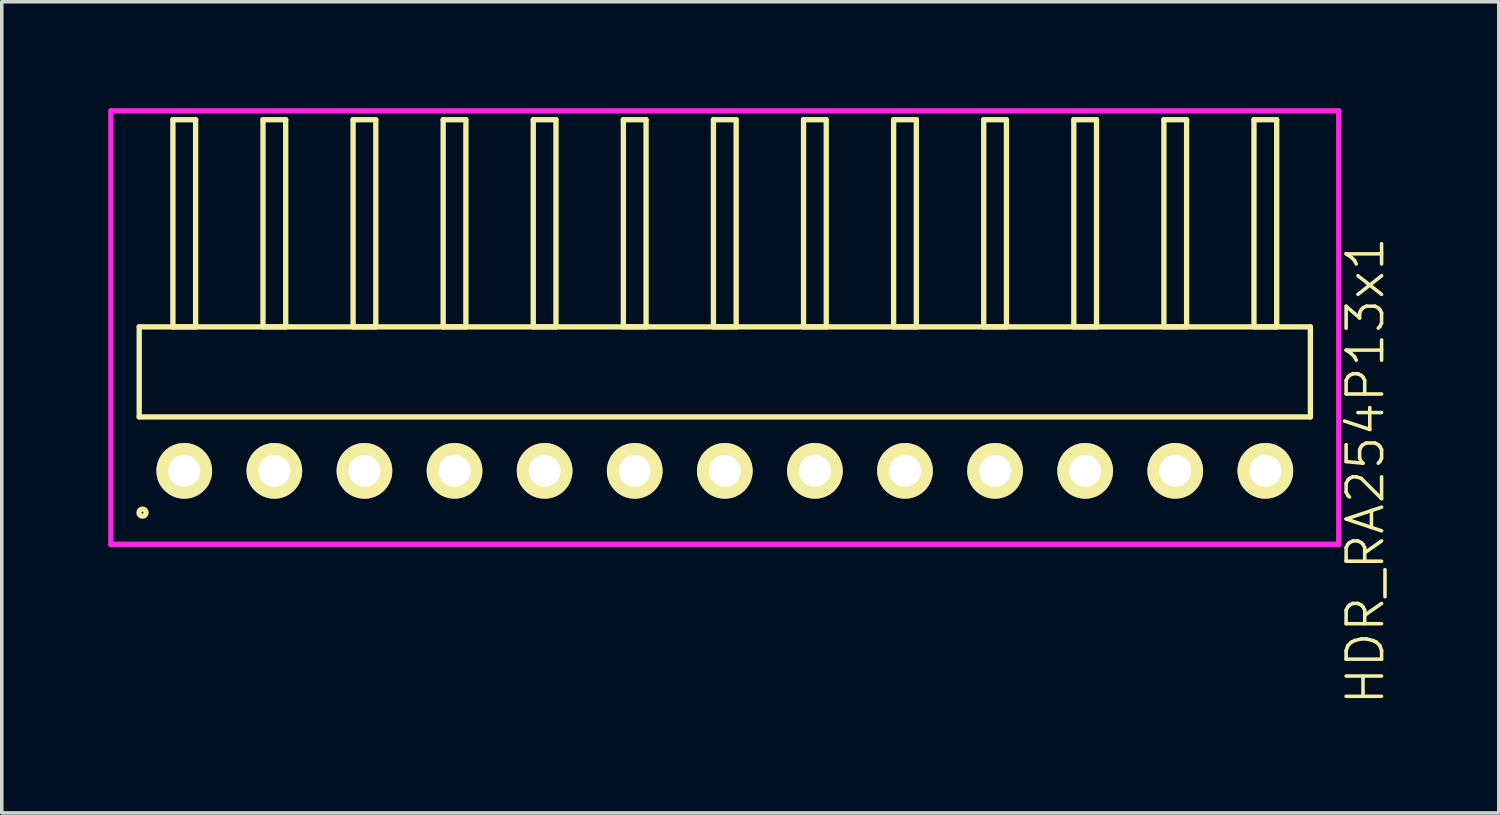
<source format=kicad_pcb>
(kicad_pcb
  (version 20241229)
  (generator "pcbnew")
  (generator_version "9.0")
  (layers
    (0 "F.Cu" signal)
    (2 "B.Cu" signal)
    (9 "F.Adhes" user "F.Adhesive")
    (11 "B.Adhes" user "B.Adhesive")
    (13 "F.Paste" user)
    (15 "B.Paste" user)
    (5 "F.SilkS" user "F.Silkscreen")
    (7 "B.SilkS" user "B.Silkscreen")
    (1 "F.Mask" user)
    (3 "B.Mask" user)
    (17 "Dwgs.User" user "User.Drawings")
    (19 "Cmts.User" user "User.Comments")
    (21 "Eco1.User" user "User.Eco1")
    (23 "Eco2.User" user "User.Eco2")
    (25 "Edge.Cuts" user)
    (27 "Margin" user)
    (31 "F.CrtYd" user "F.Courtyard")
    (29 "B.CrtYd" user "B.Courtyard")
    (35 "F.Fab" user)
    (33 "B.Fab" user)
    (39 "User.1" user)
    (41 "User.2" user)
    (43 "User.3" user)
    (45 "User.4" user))
  (footprint "HDR_RA254P13x1"
    (layer "F.Cu")
    (at 17.385 10.225)
    (property "Reference" "HDR_RA254P13x1" (at 18.06 0 90) (layer "F.SilkS") (effects (font (size 1 1) (thickness 0.1))))
    (attr through_hole)
    (fp_line (start -16.51 -4.06) (end -16.51 -1.52) (stroke (width 0.15) (type solid)) (layer "F.SilkS"))
    (fp_line (start -16.51 -1.52) (end 16.51 -1.52) (stroke (width 0.15) (type solid)) (layer "F.SilkS"))
    (fp_line (start -15.56 -9.9) (end -15.56 -4.06) (stroke (width 0.15) (type solid)) (layer "F.SilkS"))
    (fp_line (start -15.56 -4.06) (end -14.92 -4.06) (stroke (width 0.15) (type solid)) (layer "F.SilkS"))
    (fp_line (start -14.92 -9.9) (end -15.56 -9.9) (stroke (width 0.15) (type solid)) (layer "F.SilkS"))
    (fp_line (start -14.92 -4.06) (end -14.92 -9.9) (stroke (width 0.15) (type solid)) (layer "F.SilkS"))
    (fp_line (start -13.02 -9.9) (end -13.02 -4.06) (stroke (width 0.15) (type solid)) (layer "F.SilkS"))
    (fp_line (start -13.02 -4.06) (end -12.38 -4.06) (stroke (width 0.15) (type solid)) (layer "F.SilkS"))
    (fp_line (start -12.38 -9.9) (end -13.02 -9.9) (stroke (width 0.15) (type solid)) (layer "F.SilkS"))
    (fp_line (start -12.38 -4.06) (end -12.38 -9.9) (stroke (width 0.15) (type solid)) (layer "F.SilkS"))
    (fp_line (start -10.48 -9.9) (end -10.48 -4.06) (stroke (width 0.15) (type solid)) (layer "F.SilkS"))
    (fp_line (start -10.48 -4.06) (end -9.84 -4.06) (stroke (width 0.15) (type solid)) (layer "F.SilkS"))
    (fp_line (start -9.84 -9.9) (end -10.48 -9.9) (stroke (width 0.15) (type solid)) (layer "F.SilkS"))
    (fp_line (start -9.84 -4.06) (end -9.84 -9.9) (stroke (width 0.15) (type solid)) (layer "F.SilkS"))
    (fp_line (start -7.94 -9.9) (end -7.94 -4.06) (stroke (width 0.15) (type solid)) (layer "F.SilkS"))
    (fp_line (start -7.94 -4.06) (end -7.3 -4.06) (stroke (width 0.15) (type solid)) (layer "F.SilkS"))
    (fp_line (start -7.3 -9.9) (end -7.94 -9.9) (stroke (width 0.15) (type solid)) (layer "F.SilkS"))
    (fp_line (start -7.3 -4.06) (end -7.3 -9.9) (stroke (width 0.15) (type solid)) (layer "F.SilkS"))
    (fp_line (start -5.4 -9.9) (end -5.4 -4.06) (stroke (width 0.15) (type solid)) (layer "F.SilkS"))
    (fp_line (start -5.4 -4.06) (end -4.76 -4.06) (stroke (width 0.15) (type solid)) (layer "F.SilkS"))
    (fp_line (start -4.76 -9.9) (end -5.4 -9.9) (stroke (width 0.15) (type solid)) (layer "F.SilkS"))
    (fp_line (start -4.76 -4.06) (end -4.76 -9.9) (stroke (width 0.15) (type solid)) (layer "F.SilkS"))
    (fp_line (start -2.86 -9.9) (end -2.86 -4.06) (stroke (width 0.15) (type solid)) (layer "F.SilkS"))
    (fp_line (start -2.86 -4.06) (end -2.22 -4.06) (stroke (width 0.15) (type solid)) (layer "F.SilkS"))
    (fp_line (start -2.22 -9.9) (end -2.86 -9.9) (stroke (width 0.15) (type solid)) (layer "F.SilkS"))
    (fp_line (start -2.22 -4.06) (end -2.22 -9.9) (stroke (width 0.15) (type solid)) (layer "F.SilkS"))
    (fp_line (start -0.32 -9.9) (end -0.32 -4.06) (stroke (width 0.15) (type solid)) (layer "F.SilkS"))
    (fp_line (start -0.32 -4.06) (end 0.32 -4.06) (stroke (width 0.15) (type solid)) (layer "F.SilkS"))
    (fp_line (start 0.32 -9.9) (end -0.32 -9.9) (stroke (width 0.15) (type solid)) (layer "F.SilkS"))
    (fp_line (start 0.32 -4.06) (end 0.32 -9.9) (stroke (width 0.15) (type solid)) (layer "F.SilkS"))
    (fp_line (start 2.22 -9.9) (end 2.22 -4.06) (stroke (width 0.15) (type solid)) (layer "F.SilkS"))
    (fp_line (start 2.22 -4.06) (end 2.86 -4.06) (stroke (width 0.15) (type solid)) (layer "F.SilkS"))
    (fp_line (start 2.86 -9.9) (end 2.22 -9.9) (stroke (width 0.15) (type solid)) (layer "F.SilkS"))
    (fp_line (start 2.86 -4.06) (end 2.86 -9.9) (stroke (width 0.15) (type solid)) (layer "F.SilkS"))
    (fp_line (start 4.76 -9.9) (end 4.76 -4.06) (stroke (width 0.15) (type solid)) (layer "F.SilkS"))
    (fp_line (start 4.76 -4.06) (end 5.4 -4.06) (stroke (width 0.15) (type solid)) (layer "F.SilkS"))
    (fp_line (start 5.4 -9.9) (end 4.76 -9.9) (stroke (width 0.15) (type solid)) (layer "F.SilkS"))
    (fp_line (start 5.4 -4.06) (end 5.4 -9.9) (stroke (width 0.15) (type solid)) (layer "F.SilkS"))
    (fp_line (start 7.3 -9.9) (end 7.3 -4.06) (stroke (width 0.15) (type solid)) (layer "F.SilkS"))
    (fp_line (start 7.3 -4.06) (end 7.94 -4.06) (stroke (width 0.15) (type solid)) (layer "F.SilkS"))
    (fp_line (start 7.94 -9.9) (end 7.3 -9.9) (stroke (width 0.15) (type solid)) (layer "F.SilkS"))
    (fp_line (start 7.94 -4.06) (end 7.94 -9.9) (stroke (width 0.15) (type solid)) (layer "F.SilkS"))
    (fp_line (start 9.84 -9.9) (end 9.84 -4.06) (stroke (width 0.15) (type solid)) (layer "F.SilkS"))
    (fp_line (start 9.84 -4.06) (end 10.48 -4.06) (stroke (width 0.15) (type solid)) (layer "F.SilkS"))
    (fp_line (start 10.48 -9.9) (end 9.84 -9.9) (stroke (width 0.15) (type solid)) (layer "F.SilkS"))
    (fp_line (start 10.48 -4.06) (end 10.48 -9.9) (stroke (width 0.15) (type solid)) (layer "F.SilkS"))
    (fp_line (start 12.38 -9.9) (end 12.38 -4.06) (stroke (width 0.15) (type solid)) (layer "F.SilkS"))
    (fp_line (start 12.38 -4.06) (end 13.02 -4.06) (stroke (width 0.15) (type solid)) (layer "F.SilkS"))
    (fp_line (start 13.02 -9.9) (end 12.38 -9.9) (stroke (width 0.15) (type solid)) (layer "F.SilkS"))
    (fp_line (start 13.02 -4.06) (end 13.02 -9.9) (stroke (width 0.15) (type solid)) (layer "F.SilkS"))
    (fp_line (start 14.92 -9.9) (end 14.92 -4.06) (stroke (width 0.15) (type solid)) (layer "F.SilkS"))
    (fp_line (start 14.92 -4.06) (end 15.56 -4.06) (stroke (width 0.15) (type solid)) (layer "F.SilkS"))
    (fp_line (start 15.56 -9.9) (end 14.92 -9.9) (stroke (width 0.15) (type solid)) (layer "F.SilkS"))
    (fp_line (start 15.56 -4.06) (end 15.56 -9.9) (stroke (width 0.15) (type solid)) (layer "F.SilkS"))
    (fp_line (start 16.51 -4.06) (end -16.51 -4.06) (stroke (width 0.15) (type solid)) (layer "F.SilkS"))
    (fp_line (start 16.51 -1.52) (end 16.51 -4.06) (stroke (width 0.15) (type solid)) (layer "F.SilkS"))
    (fp_circle (center -16.417 1.178) (end -16.317 1.178) (stroke (width 0.15) (type solid)) (fill no) (layer "F.SilkS"))
    (fp_line (start -17.31 -10.15) (end -17.31 2.07) (stroke (width 0.15) (type solid)) (layer "F.CrtYd"))
    (fp_line (start -17.31 2.07) (end 17.31 2.07) (stroke (width 0.15) (type solid)) (layer "F.CrtYd"))
    (fp_line (start 17.31 -10.15) (end -17.31 -10.15) (stroke (width 0.15) (type solid)) (layer "F.CrtYd"))
    (fp_line (start 17.31 2.07) (end 17.31 -10.15) (stroke (width 0.15) (type solid)) (layer "F.CrtYd"))
    (pad "1" thru_hole oval (at -15.24 0) (size 1.57 1.57) (drill 0.9) (layers "*.Cu" "*.Mask" "F.SilkS"))
    (pad "2" thru_hole oval (at -12.7 0) (size 1.57 1.57) (drill 0.9) (layers "*.Cu" "*.Mask" "F.SilkS"))
    (pad "3" thru_hole oval (at -10.16 0) (size 1.57 1.57) (drill 0.9) (layers "*.Cu" "*.Mask" "F.SilkS"))
    (pad "4" thru_hole oval (at -7.62 0) (size 1.57 1.57) (drill 0.9) (layers "*.Cu" "*.Mask" "F.SilkS"))
    (pad "5" thru_hole oval (at -5.08 0) (size 1.57 1.57) (drill 0.9) (layers "*.Cu" "*.Mask" "F.SilkS"))
    (pad "6" thru_hole oval (at -2.54 0) (size 1.57 1.57) (drill 0.9) (layers "*.Cu" "*.Mask" "F.SilkS"))
    (pad "7" thru_hole oval (at 0 0) (size 1.57 1.57) (drill 0.9) (layers "*.Cu" "*.Mask" "F.SilkS"))
    (pad "8" thru_hole oval (at 2.54 0) (size 1.57 1.57) (drill 0.9) (layers "*.Cu" "*.Mask" "F.SilkS"))
    (pad "9" thru_hole oval (at 5.08 0) (size 1.57 1.57) (drill 0.9) (layers "*.Cu" "*.Mask" "F.SilkS"))
    (pad "10" thru_hole oval (at 7.62 0) (size 1.57 1.57) (drill 0.9) (layers "*.Cu" "*.Mask" "F.SilkS"))
    (pad "11" thru_hole oval (at 10.16 0) (size 1.57 1.57) (drill 0.9) (layers "*.Cu" "*.Mask" "F.SilkS"))
    (pad "12" thru_hole oval (at 12.7 0) (size 1.57 1.57) (drill 0.9) (layers "*.Cu" "*.Mask" "F.SilkS"))
    (pad "13" thru_hole oval (at 15.24 0) (size 1.57 1.57) (drill 0.9) (layers "*.Cu" "*.Mask" "F.SilkS")))
  (gr_rect
    (start -3 -3)
    (end 39.206 19.87)
    (stroke (width 0.1) (type default))
    (fill no)
    (layer "Edge.Cuts")))
</source>
